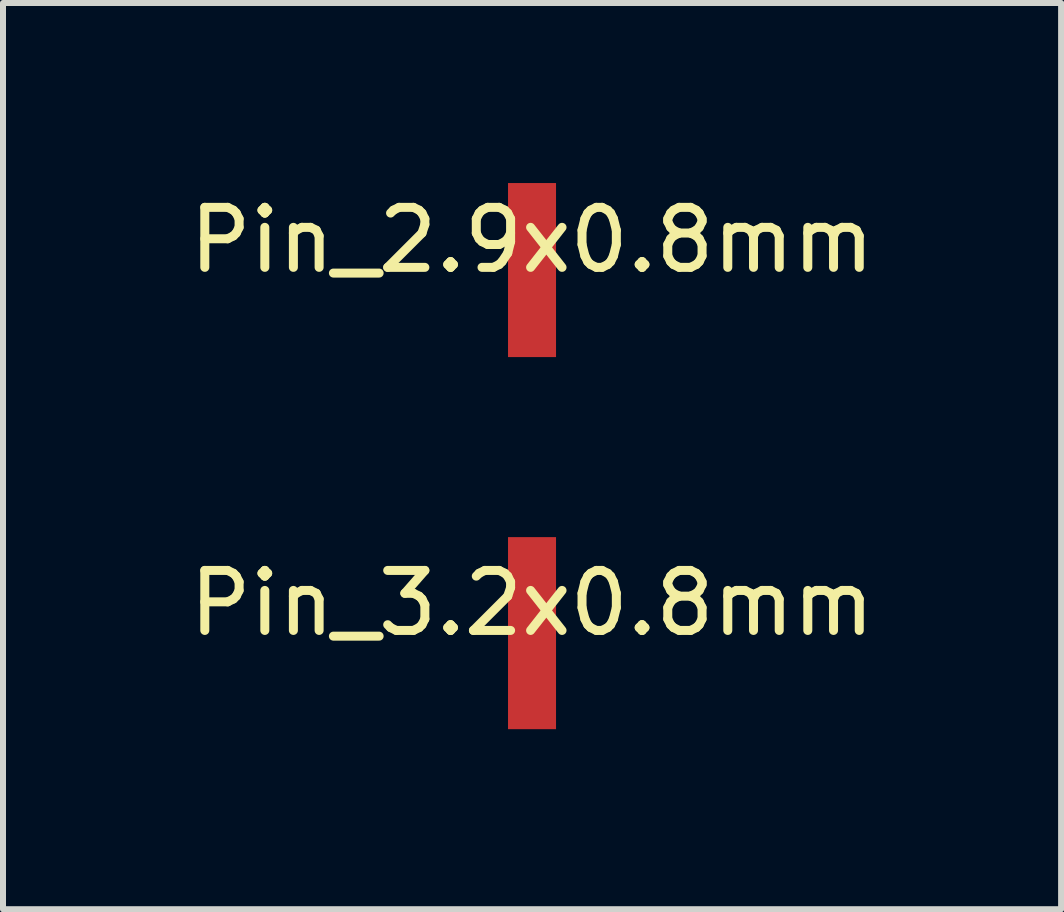
<source format=kicad_pcb>
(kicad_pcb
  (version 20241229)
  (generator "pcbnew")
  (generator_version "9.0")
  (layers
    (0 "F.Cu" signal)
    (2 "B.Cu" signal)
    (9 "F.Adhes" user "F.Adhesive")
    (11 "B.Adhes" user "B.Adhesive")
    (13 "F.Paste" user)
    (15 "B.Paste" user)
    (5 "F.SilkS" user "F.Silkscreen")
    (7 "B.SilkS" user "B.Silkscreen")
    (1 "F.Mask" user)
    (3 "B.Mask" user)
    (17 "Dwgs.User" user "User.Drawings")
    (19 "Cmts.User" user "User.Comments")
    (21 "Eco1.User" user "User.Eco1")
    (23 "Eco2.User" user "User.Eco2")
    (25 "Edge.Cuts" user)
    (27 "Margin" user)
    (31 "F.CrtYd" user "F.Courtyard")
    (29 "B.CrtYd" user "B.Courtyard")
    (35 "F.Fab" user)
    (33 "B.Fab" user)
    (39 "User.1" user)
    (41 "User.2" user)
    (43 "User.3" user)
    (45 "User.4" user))
  (footprint "Pin_3.2x0.8mm"
    (layer "F.Cu")
    (at 5.815 7.5)
    (property "Reference" "Pin_3.2x0.8mm" (at 0 -0.5 0) (unlocked yes) (layer "F.SilkS") (effects (font (size 1 1) (thickness 0.15))))
    (attr through_hole)
    (pad "1" smd rect (at 0 0) (size 0.8 3.2) (layers "F.Cu" "F.Mask" "F.Paste")))
  (footprint "Pin_2.9x0.8mm"
    (layer "F.Cu")
    (at 5.815 1.45)
    (property "Reference" "Pin_2.9x0.8mm" (at 0 -0.5 0) (unlocked yes) (layer "F.SilkS") (effects (font (size 1 1) (thickness 0.15))))
    (attr through_hole)
    (pad "1" smd rect (at 0 0) (size 0.8 2.9) (layers "F.Cu" "F.Mask" "F.Paste")))
  (gr_rect
    (start -3 -3)
    (end 14.631 12.1)
    (stroke (width 0.1) (type default))
    (fill no)
    (layer "Edge.Cuts")))
</source>
